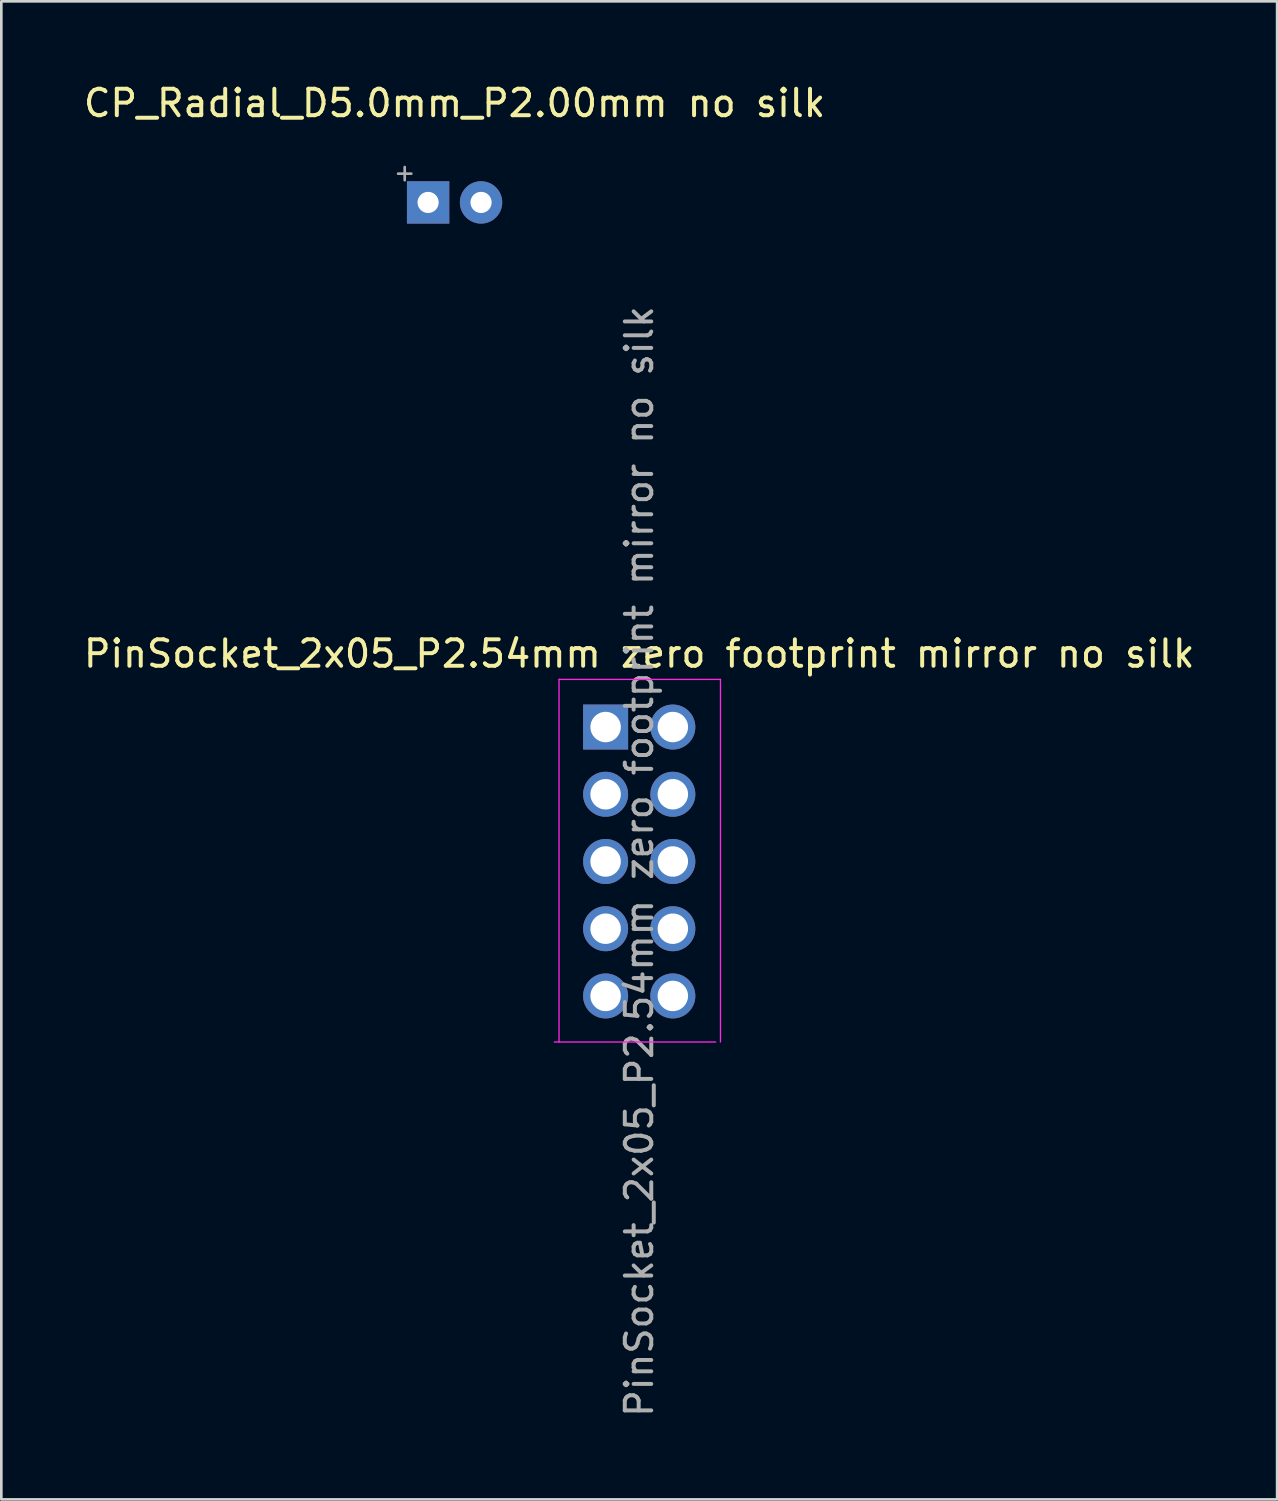
<source format=kicad_pcb>
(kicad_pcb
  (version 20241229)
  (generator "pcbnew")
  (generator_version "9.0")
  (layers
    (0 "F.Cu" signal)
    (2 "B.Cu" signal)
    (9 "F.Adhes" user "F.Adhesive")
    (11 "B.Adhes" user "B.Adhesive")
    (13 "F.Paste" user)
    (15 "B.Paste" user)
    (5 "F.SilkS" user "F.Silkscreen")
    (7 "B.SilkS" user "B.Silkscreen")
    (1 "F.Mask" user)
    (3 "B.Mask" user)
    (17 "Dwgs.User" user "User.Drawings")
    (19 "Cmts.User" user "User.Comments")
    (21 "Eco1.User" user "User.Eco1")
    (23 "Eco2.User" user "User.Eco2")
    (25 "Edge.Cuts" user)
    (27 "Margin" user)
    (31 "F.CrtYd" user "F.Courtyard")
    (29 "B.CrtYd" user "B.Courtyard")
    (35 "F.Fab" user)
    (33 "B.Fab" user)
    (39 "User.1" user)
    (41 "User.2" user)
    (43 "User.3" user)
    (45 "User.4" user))
  (footprint "CP_Radial_D5.0mm_P2.00mm no silk"
    (layer "F.Cu")
    (at 13.125 4.598)
    (property "Reference" "CP_Radial_D5.0mm_P2.00mm no silk" (at 1 -3.75 0) (layer "F.SilkS") (effects (font (size 1 1) (thickness 0.15))))
    (attr through_hole)
    (fp_line (start -1.134 -1.087) (end -0.634 -1.087) (stroke (width 0.1) (type solid)) (layer "F.Fab"))
    (fp_line (start -0.884 -1.337) (end -0.884 -0.838) (stroke (width 0.1) (type solid)) (layer "F.Fab"))
    (pad "1" thru_hole rect (at 0 0) (size 1.6 1.6) (drill 0.8) (layers "*.Cu" "*.Mask"))
    (pad "2" thru_hole circle (at 2 0) (size 1.6 1.6) (drill 0.8) (layers "*.Cu" "*.Mask")))
  (footprint "PinSocket_2x05_P2.54mm zero footprint mirror no silk"
    (layer "F.Cu")
    (at 22.231 24.419)
    (property "Reference" "PinSocket_2x05_P2.54mm zero footprint mirror no silk" (at -1.13 -2.77 0) (layer "F.SilkS") (effects (font (size 1 1) (thickness 0.15))))
    (attr through_hole)
    (fp_line (start -4.16 -1.8) (end -4.16 11.9) (stroke (width 0.05) (type solid)) (layer "F.CrtYd"))
    (fp_line (start 1.76 11.9) (end -4.34 11.9) (stroke (width 0.05) (type solid)) (layer "F.CrtYd"))
    (fp_line (start 1.94 -1.8) (end -4.16 -1.8) (stroke (width 0.05) (type solid)) (layer "F.CrtYd"))
    (fp_line (start 1.94 11.9) (end 1.94 -1.8) (stroke (width 0.05) (type solid)) (layer "F.CrtYd"))
    (fp_text user "${REFERENCE}" (at -1.13 5.08 90) (layer "F.Fab") (effects (font (size 1 1) (thickness 0.15))))
    (pad "1" thru_hole rect (at -2.4 0) (size 1.7 1.7) (drill 1.15) (layers "*.Cu" "*.Mask"))
    (pad "2" thru_hole oval (at 0.14 0) (size 1.7 1.7) (drill 1.15) (layers "*.Cu" "*.Mask"))
    (pad "3" thru_hole oval (at -2.4 2.54) (size 1.7 1.7) (drill 1.15) (layers "*.Cu" "*.Mask"))
    (pad "4" thru_hole oval (at 0.14 2.54) (size 1.7 1.7) (drill 1.15) (layers "*.Cu" "*.Mask"))
    (pad "5" thru_hole oval (at -2.4 5.08) (size 1.7 1.7) (drill 1.15) (layers "*.Cu" "*.Mask"))
    (pad "6" thru_hole oval (at 0.14 5.08) (size 1.7 1.7) (drill 1.15) (layers "*.Cu" "*.Mask"))
    (pad "7" thru_hole oval (at -2.4 7.62) (size 1.7 1.7) (drill 1.15) (layers "*.Cu" "*.Mask"))
    (pad "8" thru_hole oval (at 0.14 7.62) (size 1.7 1.7) (drill 1.15) (layers "*.Cu" "*.Mask"))
    (pad "9" thru_hole oval (at -2.4 10.16) (size 1.7 1.7) (drill 1.15) (layers "*.Cu" "*.Mask"))
    (pad "10" thru_hole oval (at 0.14 10.16) (size 1.7 1.7) (drill 1.15) (layers "*.Cu" "*.Mask")))
  (gr_rect
    (start -3 -3)
    (end 45.202 53.601)
    (stroke (width 0.1) (type default))
    (fill no)
    (layer "Edge.Cuts")))
</source>
